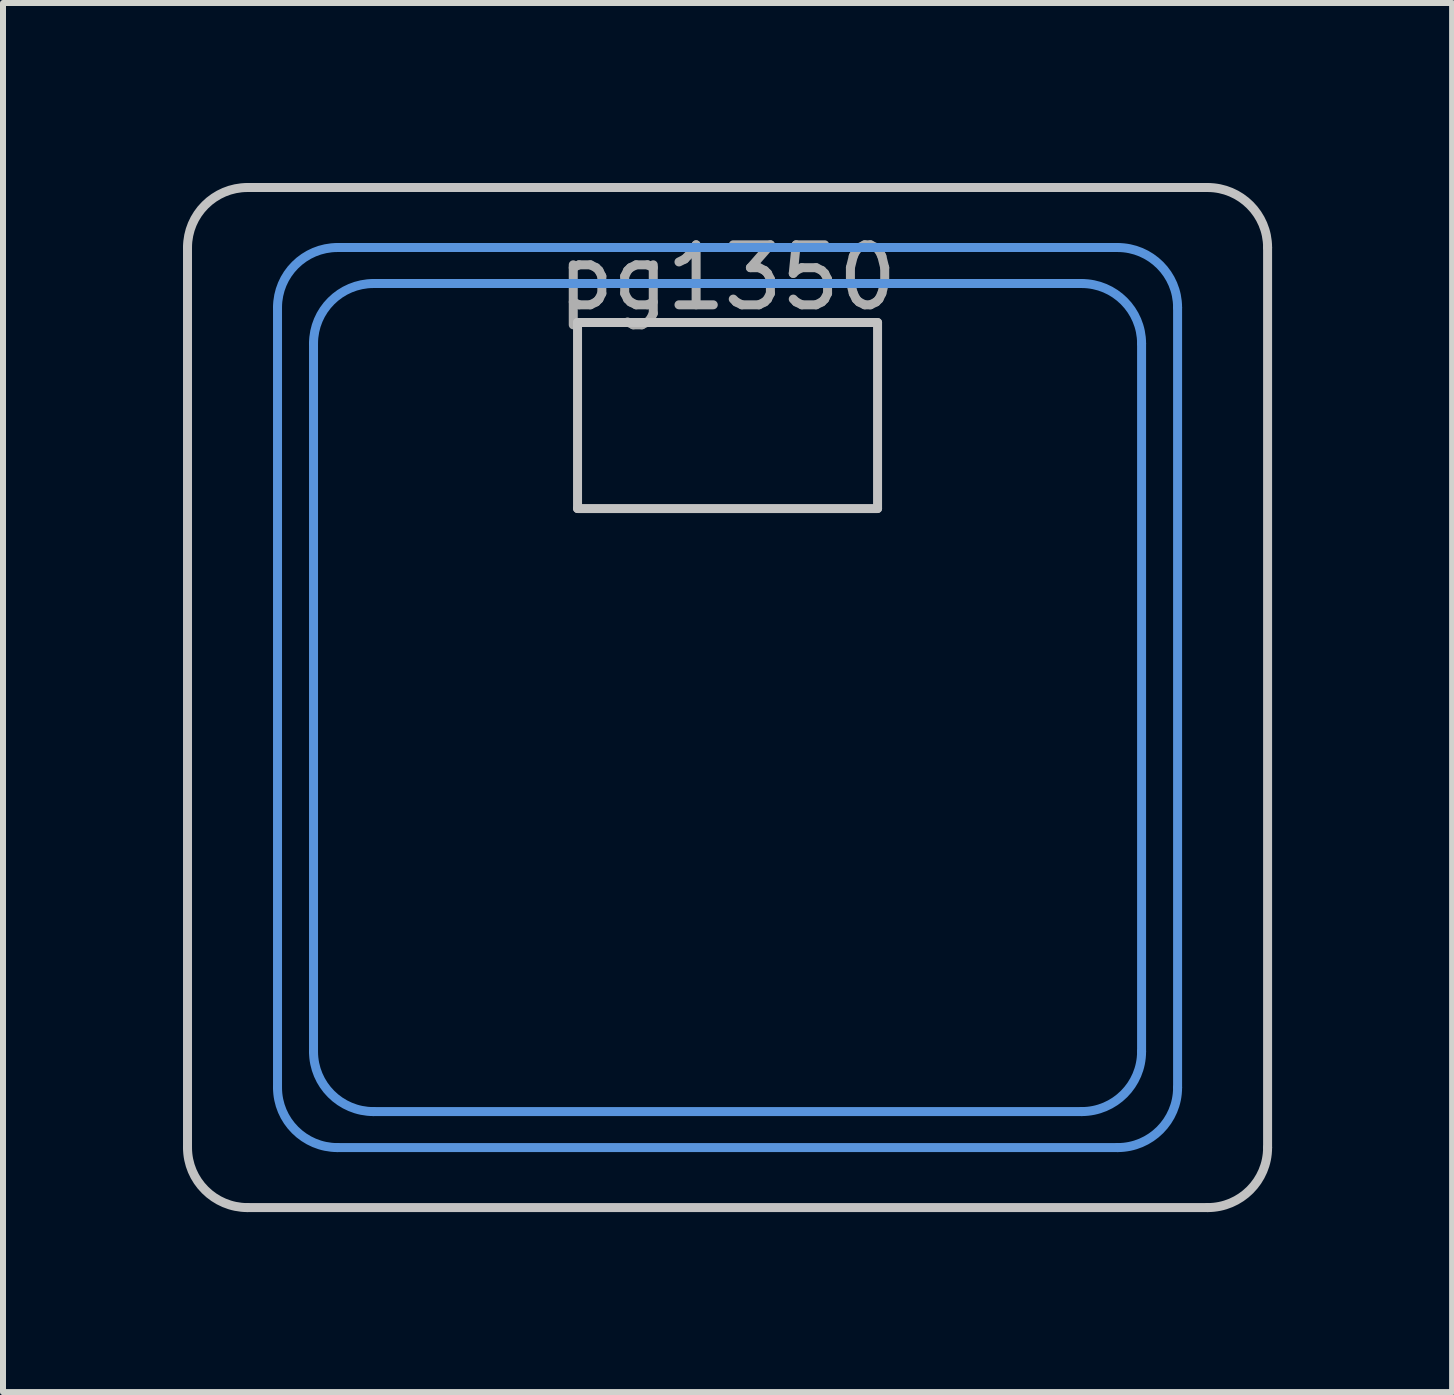
<source format=kicad_pcb>
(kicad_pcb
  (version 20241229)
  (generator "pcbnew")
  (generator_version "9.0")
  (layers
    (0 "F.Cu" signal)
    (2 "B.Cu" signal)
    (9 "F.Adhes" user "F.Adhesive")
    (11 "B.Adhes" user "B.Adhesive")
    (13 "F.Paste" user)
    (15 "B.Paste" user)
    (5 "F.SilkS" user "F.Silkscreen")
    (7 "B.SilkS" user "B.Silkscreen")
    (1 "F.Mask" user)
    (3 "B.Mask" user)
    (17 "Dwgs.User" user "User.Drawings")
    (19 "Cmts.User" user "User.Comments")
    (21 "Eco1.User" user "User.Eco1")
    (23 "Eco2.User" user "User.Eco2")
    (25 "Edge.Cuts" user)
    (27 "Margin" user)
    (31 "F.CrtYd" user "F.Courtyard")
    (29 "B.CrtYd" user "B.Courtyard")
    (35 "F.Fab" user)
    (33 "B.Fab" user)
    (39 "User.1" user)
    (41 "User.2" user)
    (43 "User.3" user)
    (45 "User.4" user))
  (footprint "pg1350"
    (layer "F.Cu")
    (at 9.075 8.575)
    (property "Reference" "pg1350" (at 0 -7 0) (layer "F.Fab") (effects (font (size 1 1) (thickness 0.15))))
    (attr board_only)
    (fp_line (start -9 7.5) (end -9 -7.5) (stroke (width 0.15) (type solid)) (layer "Dwgs.User"))
    (fp_line (start -8 -8.5) (end 8 -8.5) (stroke (width 0.15) (type solid)) (layer "Dwgs.User"))
    (fp_line (start -2.5 -6.25) (end -2.5 -3.15) (stroke (width 0.15) (type solid)) (layer "Dwgs.User"))
    (fp_line (start -2.5 -3.15) (end 2.5 -3.15) (stroke (width 0.15) (type solid)) (layer "Dwgs.User"))
    (fp_line (start 2.5 -6.25) (end -2.5 -6.25) (stroke (width 0.15) (type solid)) (layer "Dwgs.User"))
    (fp_line (start 2.5 -3.15) (end 2.5 -6.25) (stroke (width 0.15) (type solid)) (layer "Dwgs.User"))
    (fp_line (start 8 8.5) (end -8 8.5) (stroke (width 0.15) (type solid)) (layer "Dwgs.User"))
    (fp_line (start 9 -7.5) (end 9 7.5) (stroke (width 0.15) (type solid)) (layer "Dwgs.User"))
    (fp_arc (start -9 -7.5) (mid -8.707107 -8.207107) (end -8 -8.5) (stroke (width 0.15) (type solid)) (layer "Dwgs.User"))
    (fp_arc (start -8 8.5) (mid -8.707107 8.207107) (end -9 7.5) (stroke (width 0.15) (type solid)) (layer "Dwgs.User"))
    (fp_arc (start 8 -8.5) (mid 8.707107 -8.207107) (end 9 -7.5) (stroke (width 0.15) (type solid)) (layer "Dwgs.User"))
    (fp_arc (start 9 7.5) (mid 8.707107 8.207107) (end 8 8.5) (stroke (width 0.15) (type solid)) (layer "Dwgs.User"))
    (fp_line (start -7.5 6.5) (end -7.5 -6.5) (stroke (width 0.15) (type solid)) (layer "Cmts.User"))
    (fp_line (start -6.9 5.9) (end -6.9 -5.9) (stroke (width 0.15) (type solid)) (layer "Cmts.User"))
    (fp_line (start -6.5 -7.5) (end 6.5 -7.5) (stroke (width 0.15) (type solid)) (layer "Cmts.User"))
    (fp_line (start -5.9 -6.9) (end 5.9 -6.9) (stroke (width 0.15) (type solid)) (layer "Cmts.User"))
    (fp_line (start 5.9 6.9) (end -5.9 6.9) (stroke (width 0.15) (type solid)) (layer "Cmts.User"))
    (fp_line (start 6.5 7.5) (end -6.5 7.5) (stroke (width 0.15) (type solid)) (layer "Cmts.User"))
    (fp_line (start 6.9 -5.9) (end 6.9 5.9) (stroke (width 0.15) (type solid)) (layer "Cmts.User"))
    (fp_line (start 7.5 -6.5) (end 7.5 6.5) (stroke (width 0.15) (type solid)) (layer "Cmts.User"))
    (fp_arc (start -7.5 -6.5) (mid -7.207107 -7.207107) (end -6.5 -7.5) (stroke (width 0.15) (type solid)) (layer "Cmts.User"))
    (fp_arc (start -6.9 -5.9) (mid -6.607107 -6.607107) (end -5.9 -6.9) (stroke (width 0.15) (type solid)) (layer "Cmts.User"))
    (fp_arc (start -6.5 7.5) (mid -7.207107 7.207107) (end -7.5 6.5) (stroke (width 0.15) (type solid)) (layer "Cmts.User"))
    (fp_arc (start -5.9 6.9) (mid -6.607107 6.607107) (end -6.9 5.9) (stroke (width 0.15) (type solid)) (layer "Cmts.User"))
    (fp_arc (start 5.9 -6.9) (mid 6.607107 -6.607107) (end 6.9 -5.9) (stroke (width 0.15) (type solid)) (layer "Cmts.User"))
    (fp_arc (start 6.5 -7.5) (mid 7.207107 -7.207107) (end 7.5 -6.5) (stroke (width 0.15) (type solid)) (layer "Cmts.User"))
    (fp_arc (start 6.9 5.9) (mid 6.607107 6.607107) (end 5.9 6.9) (stroke (width 0.15) (type solid)) (layer "Cmts.User"))
    (fp_arc (start 7.5 6.5) (mid 7.207107 7.207107) (end 6.5 7.5) (stroke (width 0.15) (type solid)) (layer "Cmts.User"))
    (fp_line (start -8.75 -7.25) (end -8.75 7.25) (stroke (width 0.15) (type solid)) (layer "Eco2.User"))
    (fp_line (start -7.75 -8.25) (end 7.75 -8.25) (stroke (width 0.15) (type solid)) (layer "Eco2.User"))
    (fp_line (start 7.75 8.25) (end -7.75 8.25) (stroke (width 0.15) (type solid)) (layer "Eco2.User"))
    (fp_line (start 8.75 -7.25) (end 8.75 7.25) (stroke (width 0.15) (type solid)) (layer "Eco2.User"))
    (fp_arc (start -8.75 -7.25) (mid -8.457107 -7.957107) (end -7.75 -8.25) (stroke (width 0.15) (type solid)) (layer "Eco2.User"))
    (fp_arc (start -7.75 8.25) (mid -8.457107 7.957107) (end -8.75 7.25) (stroke (width 0.15) (type solid)) (layer "Eco2.User"))
    (fp_arc (start 7.75 -8.25) (mid 8.457106 -7.957106) (end 8.75 -7.25) (stroke (width 0.15) (type solid)) (layer "Eco2.User"))
    (fp_arc (start 8.75 7.25) (mid 8.457106 7.957106) (end 7.75 8.25) (stroke (width 0.15) (type solid)) (layer "Eco2.User")))
  (gr_rect
    (start -3 -3)
    (end 21.15 20.15)
    (stroke (width 0.1) (type default))
    (fill no)
    (layer "Edge.Cuts")))
</source>
